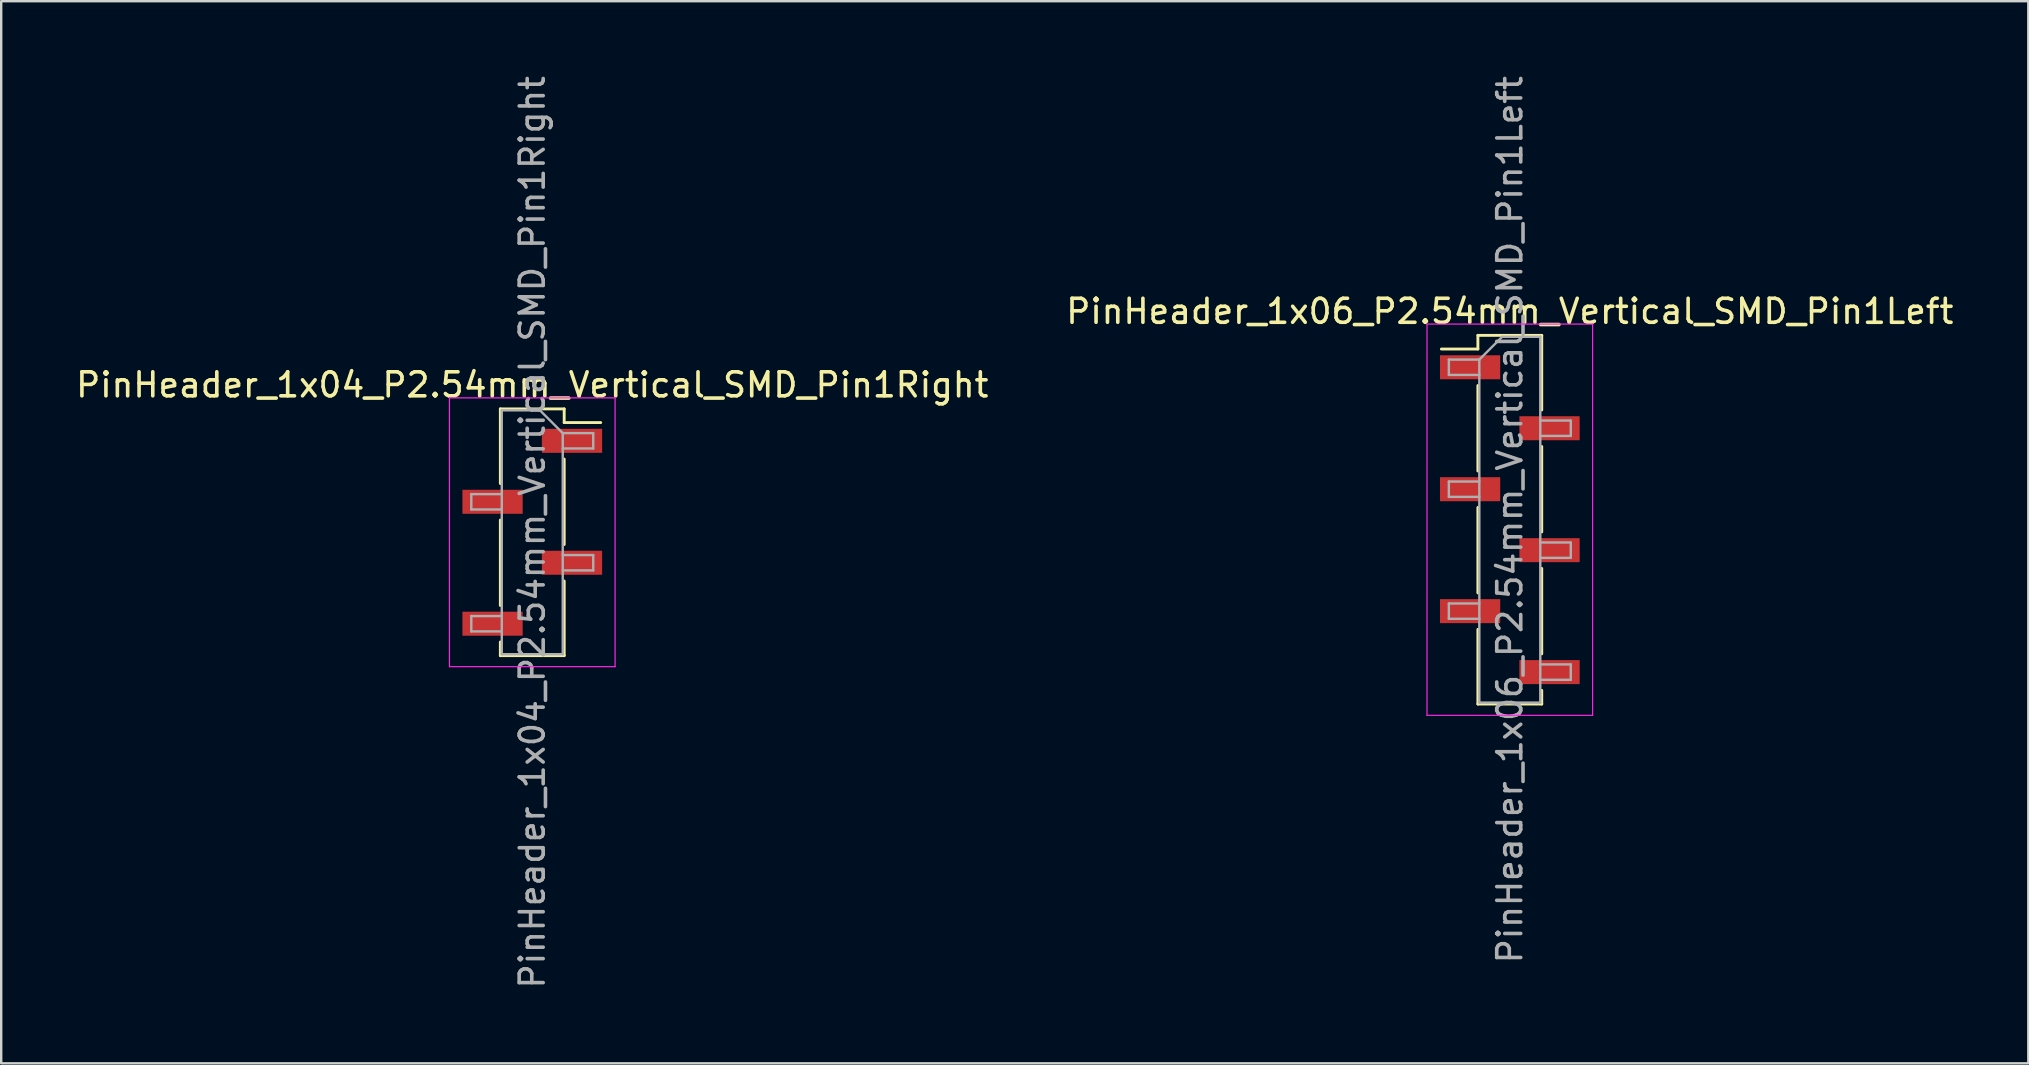
<source format=kicad_pcb>
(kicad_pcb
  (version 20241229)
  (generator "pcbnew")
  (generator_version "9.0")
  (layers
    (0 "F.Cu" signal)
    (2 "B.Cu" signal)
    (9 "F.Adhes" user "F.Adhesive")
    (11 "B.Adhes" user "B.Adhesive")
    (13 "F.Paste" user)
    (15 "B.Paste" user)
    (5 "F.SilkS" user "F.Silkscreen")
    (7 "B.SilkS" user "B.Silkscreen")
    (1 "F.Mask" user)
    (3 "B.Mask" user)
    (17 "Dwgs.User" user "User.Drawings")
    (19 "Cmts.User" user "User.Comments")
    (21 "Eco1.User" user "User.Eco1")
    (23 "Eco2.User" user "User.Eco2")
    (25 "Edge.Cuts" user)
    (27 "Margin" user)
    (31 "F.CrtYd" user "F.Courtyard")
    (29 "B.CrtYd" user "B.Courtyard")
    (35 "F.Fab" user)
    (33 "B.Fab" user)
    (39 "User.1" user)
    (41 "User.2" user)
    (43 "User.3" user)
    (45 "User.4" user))
  (footprint "PinHeader_1x06_P2.54mm_Vertical_SMD_Pin1Left"
    (layer "F.Cu")
    (at 59.851 18.601)
    (property "Reference" "PinHeader_1x06_P2.54mm_Vertical_SMD_Pin1Left" (at 0 -8.68 0) (layer "F.SilkS") (effects (font (size 1 1) (thickness 0.15))))
    (attr smd)
    (fp_line (start -1.33 -7.68) (end -1.33 -7.11) (stroke (width 0.12) (type solid)) (layer "F.SilkS"))
    (fp_line (start -1.33 -7.68) (end 1.33 -7.68) (stroke (width 0.12) (type solid)) (layer "F.SilkS"))
    (fp_line (start -1.33 -7.11) (end -2.85 -7.11) (stroke (width 0.12) (type solid)) (layer "F.SilkS"))
    (fp_line (start -1.33 -5.59) (end -1.33 -2.03) (stroke (width 0.12) (type solid)) (layer "F.SilkS"))
    (fp_line (start -1.33 -0.51) (end -1.33 3.05) (stroke (width 0.12) (type solid)) (layer "F.SilkS"))
    (fp_line (start -1.33 4.57) (end -1.33 7.68) (stroke (width 0.12) (type solid)) (layer "F.SilkS"))
    (fp_line (start -1.33 7.68) (end 1.33 7.68) (stroke (width 0.12) (type solid)) (layer "F.SilkS"))
    (fp_line (start 1.33 -7.68) (end 1.33 -4.57) (stroke (width 0.12) (type solid)) (layer "F.SilkS"))
    (fp_line (start 1.33 -3.05) (end 1.33 0.51) (stroke (width 0.12) (type solid)) (layer "F.SilkS"))
    (fp_line (start 1.33 2.03) (end 1.33 5.59) (stroke (width 0.12) (type solid)) (layer "F.SilkS"))
    (fp_line (start 1.33 7.11) (end 1.33 7.68) (stroke (width 0.12) (type solid)) (layer "F.SilkS"))
    (fp_line (start -3.45 -8.15) (end -3.45 8.15) (stroke (width 0.05) (type solid)) (layer "F.CrtYd"))
    (fp_line (start -3.45 8.15) (end 3.45 8.15) (stroke (width 0.05) (type solid)) (layer "F.CrtYd"))
    (fp_line (start 3.45 -8.15) (end -3.45 -8.15) (stroke (width 0.05) (type solid)) (layer "F.CrtYd"))
    (fp_line (start 3.45 8.15) (end 3.45 -8.15) (stroke (width 0.05) (type solid)) (layer "F.CrtYd"))
    (fp_line (start -2.54 -6.67) (end -2.54 -6.03) (stroke (width 0.1) (type solid)) (layer "F.Fab"))
    (fp_line (start -2.54 -6.03) (end -1.27 -6.03) (stroke (width 0.1) (type solid)) (layer "F.Fab"))
    (fp_line (start -2.54 -1.59) (end -2.54 -0.95) (stroke (width 0.1) (type solid)) (layer "F.Fab"))
    (fp_line (start -2.54 -0.95) (end -1.27 -0.95) (stroke (width 0.1) (type solid)) (layer "F.Fab"))
    (fp_line (start -2.54 3.49) (end -2.54 4.13) (stroke (width 0.1) (type solid)) (layer "F.Fab"))
    (fp_line (start -2.54 4.13) (end -1.27 4.13) (stroke (width 0.1) (type solid)) (layer "F.Fab"))
    (fp_line (start -1.27 -6.67) (end -2.54 -6.67) (stroke (width 0.1) (type solid)) (layer "F.Fab"))
    (fp_line (start -1.27 -6.67) (end -0.32 -7.62) (stroke (width 0.1) (type solid)) (layer "F.Fab"))
    (fp_line (start -1.27 -1.59) (end -2.54 -1.59) (stroke (width 0.1) (type solid)) (layer "F.Fab"))
    (fp_line (start -1.27 3.49) (end -2.54 3.49) (stroke (width 0.1) (type solid)) (layer "F.Fab"))
    (fp_line (start -1.27 7.62) (end -1.27 -6.67) (stroke (width 0.1) (type solid)) (layer "F.Fab"))
    (fp_line (start -0.32 -7.62) (end 1.27 -7.62) (stroke (width 0.1) (type solid)) (layer "F.Fab"))
    (fp_line (start 1.27 -7.62) (end 1.27 7.62) (stroke (width 0.1) (type solid)) (layer "F.Fab"))
    (fp_line (start 1.27 -4.13) (end 2.54 -4.13) (stroke (width 0.1) (type solid)) (layer "F.Fab"))
    (fp_line (start 1.27 0.95) (end 2.54 0.95) (stroke (width 0.1) (type solid)) (layer "F.Fab"))
    (fp_line (start 1.27 6.03) (end 2.54 6.03) (stroke (width 0.1) (type solid)) (layer "F.Fab"))
    (fp_line (start 1.27 7.62) (end -1.27 7.62) (stroke (width 0.1) (type solid)) (layer "F.Fab"))
    (fp_line (start 2.54 -4.13) (end 2.54 -3.49) (stroke (width 0.1) (type solid)) (layer "F.Fab"))
    (fp_line (start 2.54 -3.49) (end 1.27 -3.49) (stroke (width 0.1) (type solid)) (layer "F.Fab"))
    (fp_line (start 2.54 0.95) (end 2.54 1.59) (stroke (width 0.1) (type solid)) (layer "F.Fab"))
    (fp_line (start 2.54 1.59) (end 1.27 1.59) (stroke (width 0.1) (type solid)) (layer "F.Fab"))
    (fp_line (start 2.54 6.03) (end 2.54 6.67) (stroke (width 0.1) (type solid)) (layer "F.Fab"))
    (fp_line (start 2.54 6.67) (end 1.27 6.67) (stroke (width 0.1) (type solid)) (layer "F.Fab"))
    (fp_text user "${REFERENCE}" (at 0 0 90) (layer "F.Fab") (effects (font (size 1 1) (thickness 0.15))))
    (pad "1" smd rect (at -1.655 -6.35) (size 2.51 1) (layers "F.Cu" "F.Mask" "F.Paste"))
    (pad "2" smd rect (at 1.655 -3.81) (size 2.51 1) (layers "F.Cu" "F.Mask" "F.Paste"))
    (pad "3" smd rect (at -1.655 -1.27) (size 2.51 1) (layers "F.Cu" "F.Mask" "F.Paste"))
    (pad "4" smd rect (at 1.655 1.27) (size 2.51 1) (layers "F.Cu" "F.Mask" "F.Paste"))
    (pad "5" smd rect (at -1.655 3.81) (size 2.51 1) (layers "F.Cu" "F.Mask" "F.Paste"))
    (pad "6" smd rect (at 1.655 6.35) (size 2.51 1) (layers "F.Cu" "F.Mask" "F.Paste")))
  (footprint "PinHeader_1x04_P2.54mm_Vertical_SMD_Pin1Right"
    (layer "F.Cu")
    (at 19.125 19.125)
    (property "Reference" "PinHeader_1x04_P2.54mm_Vertical_SMD_Pin1Right" (at 0 -6.14 0) (layer "F.SilkS") (effects (font (size 1 1) (thickness 0.15))))
    (attr smd)
    (fp_line (start -1.33 -5.14) (end -1.33 -2.03) (stroke (width 0.12) (type solid)) (layer "F.SilkS"))
    (fp_line (start -1.33 -5.14) (end 1.33 -5.14) (stroke (width 0.12) (type solid)) (layer "F.SilkS"))
    (fp_line (start -1.33 -0.51) (end -1.33 3.05) (stroke (width 0.12) (type solid)) (layer "F.SilkS"))
    (fp_line (start -1.33 4.57) (end -1.33 5.14) (stroke (width 0.12) (type solid)) (layer "F.SilkS"))
    (fp_line (start -1.33 5.14) (end 1.33 5.14) (stroke (width 0.12) (type solid)) (layer "F.SilkS"))
    (fp_line (start 1.33 -5.14) (end 1.33 -4.57) (stroke (width 0.12) (type solid)) (layer "F.SilkS"))
    (fp_line (start 1.33 -4.57) (end 2.85 -4.57) (stroke (width 0.12) (type solid)) (layer "F.SilkS"))
    (fp_line (start 1.33 -3.05) (end 1.33 0.51) (stroke (width 0.12) (type solid)) (layer "F.SilkS"))
    (fp_line (start 1.33 2.03) (end 1.33 5.14) (stroke (width 0.12) (type solid)) (layer "F.SilkS"))
    (fp_line (start -3.45 -5.6) (end -3.45 5.6) (stroke (width 0.05) (type solid)) (layer "F.CrtYd"))
    (fp_line (start -3.45 5.6) (end 3.45 5.6) (stroke (width 0.05) (type solid)) (layer "F.CrtYd"))
    (fp_line (start 3.45 -5.6) (end -3.45 -5.6) (stroke (width 0.05) (type solid)) (layer "F.CrtYd"))
    (fp_line (start 3.45 5.6) (end 3.45 -5.6) (stroke (width 0.05) (type solid)) (layer "F.CrtYd"))
    (fp_line (start -2.54 -1.59) (end -2.54 -0.95) (stroke (width 0.1) (type solid)) (layer "F.Fab"))
    (fp_line (start -2.54 -0.95) (end -1.27 -0.95) (stroke (width 0.1) (type solid)) (layer "F.Fab"))
    (fp_line (start -2.54 3.49) (end -2.54 4.13) (stroke (width 0.1) (type solid)) (layer "F.Fab"))
    (fp_line (start -2.54 4.13) (end -1.27 4.13) (stroke (width 0.1) (type solid)) (layer "F.Fab"))
    (fp_line (start -1.27 -5.08) (end -1.27 5.08) (stroke (width 0.1) (type solid)) (layer "F.Fab"))
    (fp_line (start -1.27 -5.08) (end 0.32 -5.08) (stroke (width 0.1) (type solid)) (layer "F.Fab"))
    (fp_line (start -1.27 -1.59) (end -2.54 -1.59) (stroke (width 0.1) (type solid)) (layer "F.Fab"))
    (fp_line (start -1.27 3.49) (end -2.54 3.49) (stroke (width 0.1) (type solid)) (layer "F.Fab"))
    (fp_line (start 1.27 -4.13) (end 0.32 -5.08) (stroke (width 0.1) (type solid)) (layer "F.Fab"))
    (fp_line (start 1.27 -4.13) (end 2.54 -4.13) (stroke (width 0.1) (type solid)) (layer "F.Fab"))
    (fp_line (start 1.27 0.95) (end 2.54 0.95) (stroke (width 0.1) (type solid)) (layer "F.Fab"))
    (fp_line (start 1.27 5.08) (end -1.27 5.08) (stroke (width 0.1) (type solid)) (layer "F.Fab"))
    (fp_line (start 1.27 5.08) (end 1.27 -4.13) (stroke (width 0.1) (type solid)) (layer "F.Fab"))
    (fp_line (start 2.54 -4.13) (end 2.54 -3.49) (stroke (width 0.1) (type solid)) (layer "F.Fab"))
    (fp_line (start 2.54 -3.49) (end 1.27 -3.49) (stroke (width 0.1) (type solid)) (layer "F.Fab"))
    (fp_line (start 2.54 0.95) (end 2.54 1.59) (stroke (width 0.1) (type solid)) (layer "F.Fab"))
    (fp_line (start 2.54 1.59) (end 1.27 1.59) (stroke (width 0.1) (type solid)) (layer "F.Fab"))
    (fp_text user "${REFERENCE}" (at 0 0 90) (layer "F.Fab") (effects (font (size 1 1) (thickness 0.15))))
    (pad "1" smd rect (at 1.655 -3.81) (size 2.51 1) (layers "F.Cu" "F.Mask" "F.Paste"))
    (pad "2" smd rect (at -1.655 -1.27) (size 2.51 1) (layers "F.Cu" "F.Mask" "F.Paste"))
    (pad "3" smd rect (at 1.655 1.27) (size 2.51 1) (layers "F.Cu" "F.Mask" "F.Paste"))
    (pad "4" smd rect (at -1.655 3.81) (size 2.51 1) (layers "F.Cu" "F.Mask" "F.Paste")))
  (gr_rect
    (start -3 -3)
    (end 81.452 41.25)
    (stroke (width 0.1) (type default))
    (fill no)
    (layer "Edge.Cuts")))
</source>
